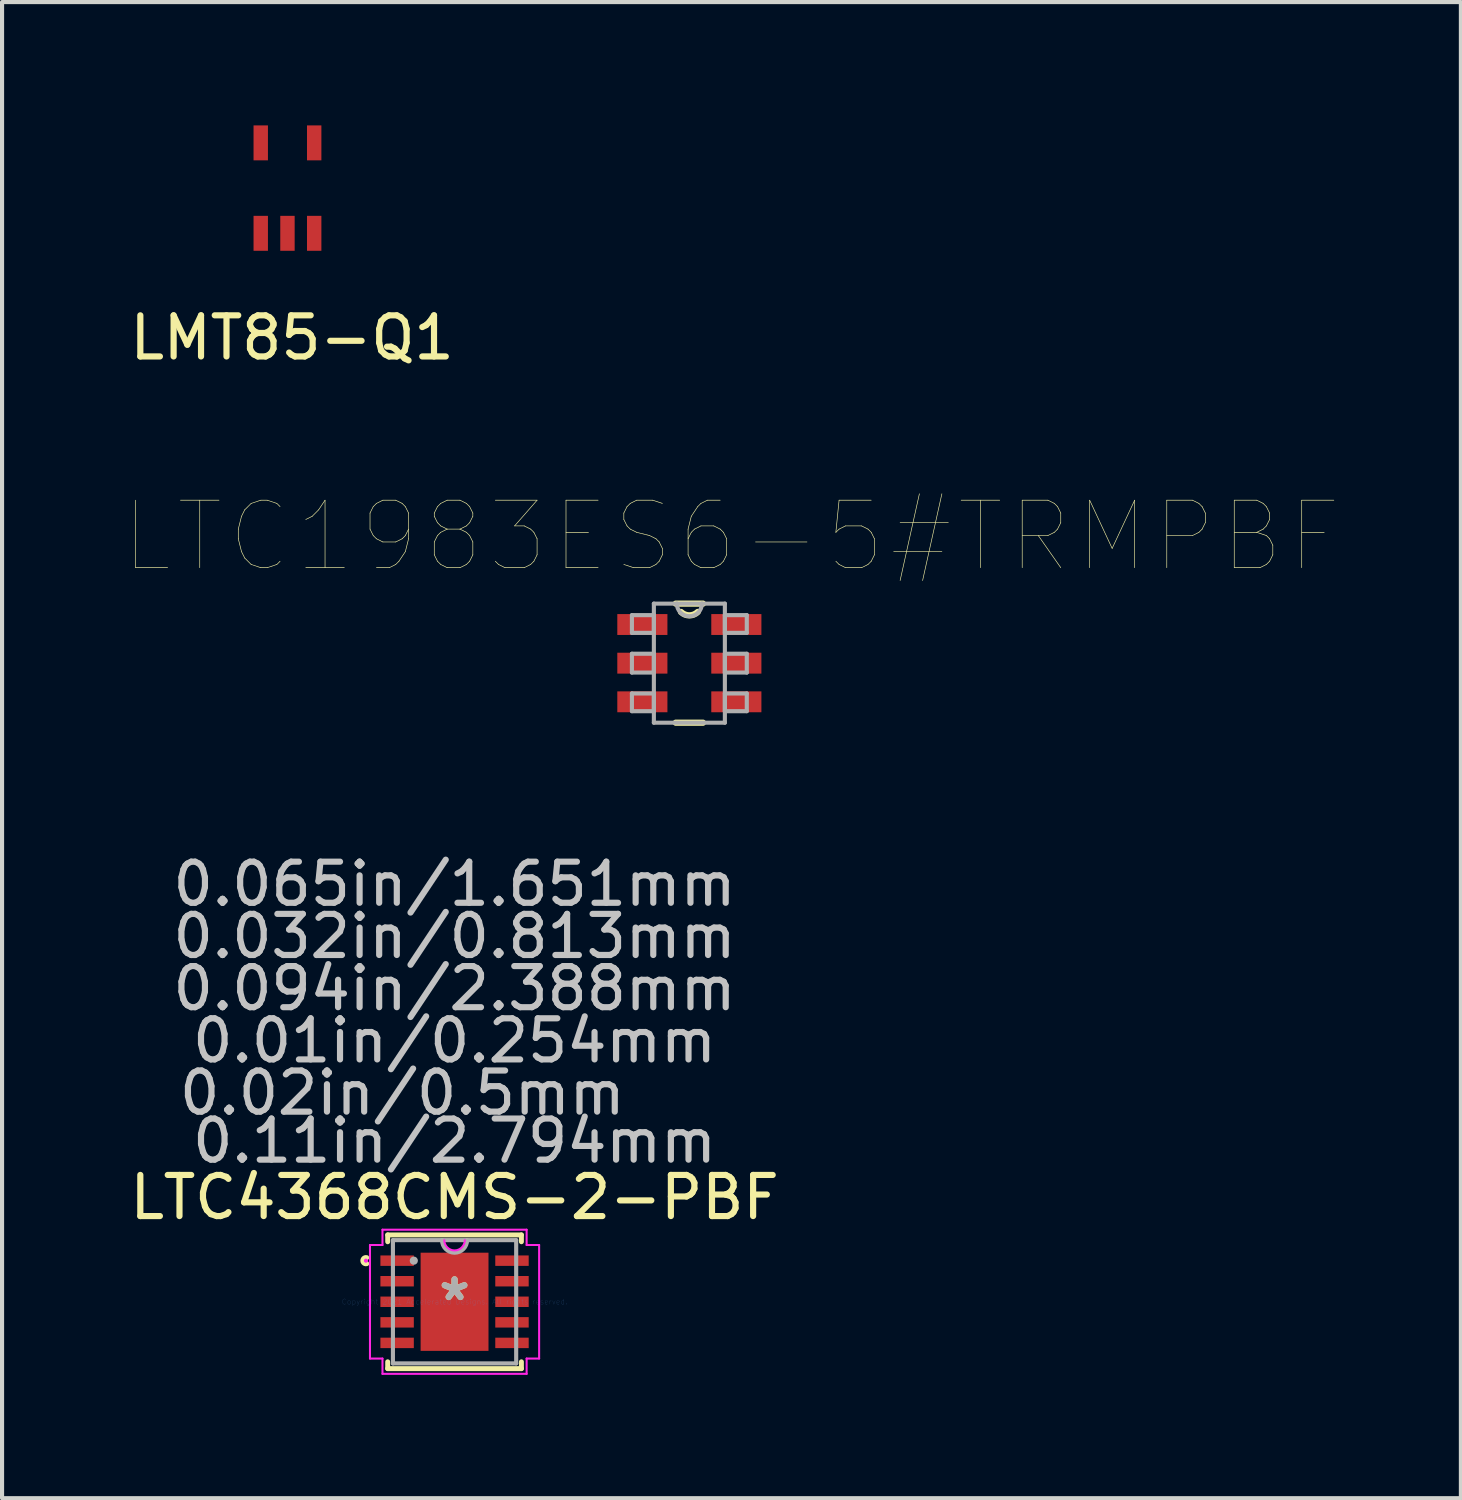
<source format=kicad_pcb>
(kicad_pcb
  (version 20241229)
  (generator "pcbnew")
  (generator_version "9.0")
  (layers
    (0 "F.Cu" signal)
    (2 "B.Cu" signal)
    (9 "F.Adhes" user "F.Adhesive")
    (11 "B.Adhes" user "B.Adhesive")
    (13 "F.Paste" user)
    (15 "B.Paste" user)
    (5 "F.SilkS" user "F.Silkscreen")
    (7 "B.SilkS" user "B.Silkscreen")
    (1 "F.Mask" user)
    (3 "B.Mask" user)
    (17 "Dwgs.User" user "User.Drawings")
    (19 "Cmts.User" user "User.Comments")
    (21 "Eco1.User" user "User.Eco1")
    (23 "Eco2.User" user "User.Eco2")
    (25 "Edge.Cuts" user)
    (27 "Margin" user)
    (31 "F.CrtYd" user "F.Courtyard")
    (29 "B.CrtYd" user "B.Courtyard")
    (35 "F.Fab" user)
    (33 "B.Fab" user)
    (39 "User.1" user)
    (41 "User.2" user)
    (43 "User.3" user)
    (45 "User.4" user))
  (footprint "LTC4368CMS-2-PBF"
    (layer "F.Cu")
    (at 8.006 28.613)
    (property "Reference" "LTC4368CMS-2-PBF" (at 0 -2.54 0) (layer "F.SilkS") (effects (font (size 1 1) (thickness 0.15))))
    (attr through_hole)
    (fp_line (start -1.626 -1.626) (end -1.626 -1.46) (stroke (width 0.12) (type solid)) (layer "F.SilkS"))
    (fp_line (start -1.626 1.46) (end -1.626 1.626) (stroke (width 0.12) (type solid)) (layer "F.SilkS"))
    (fp_line (start -1.626 1.626) (end 1.626 1.626) (stroke (width 0.12) (type solid)) (layer "F.SilkS"))
    (fp_line (start 1.626 -1.626) (end -1.626 -1.626) (stroke (width 0.12) (type solid)) (layer "F.SilkS"))
    (fp_line (start 1.626 -1.46) (end 1.626 -1.626) (stroke (width 0.12) (type solid)) (layer "F.SilkS"))
    (fp_line (start 1.626 1.626) (end 1.626 1.46) (stroke (width 0.12) (type solid)) (layer "F.SilkS"))
    (fp_arc (start -2.13614 -0.926171) (mid -2.2312 -1) (end -2.13614 -1.073829) (stroke (width 0.12) (type solid)) (layer "F.SilkS"))
    (fp_line (start -2.057 -1.381) (end -1.753 -1.381) (stroke (width 0.05) (type solid)) (layer "F.CrtYd"))
    (fp_line (start -2.057 1.381) (end -2.057 -1.381) (stroke (width 0.05) (type solid)) (layer "F.CrtYd"))
    (fp_line (start -1.753 -1.753) (end 1.753 -1.753) (stroke (width 0.05) (type solid)) (layer "F.CrtYd"))
    (fp_line (start -1.753 -1.381) (end -1.753 -1.753) (stroke (width 0.05) (type solid)) (layer "F.CrtYd"))
    (fp_line (start -1.753 1.381) (end -2.057 1.381) (stroke (width 0.05) (type solid)) (layer "F.CrtYd"))
    (fp_line (start -1.753 1.753) (end -1.753 1.381) (stroke (width 0.05) (type solid)) (layer "F.CrtYd"))
    (fp_line (start 1.753 -1.753) (end 1.753 -1.381) (stroke (width 0.05) (type solid)) (layer "F.CrtYd"))
    (fp_line (start 1.753 -1.381) (end 2.057 -1.381) (stroke (width 0.05) (type solid)) (layer "F.CrtYd"))
    (fp_line (start 1.753 1.381) (end 1.753 1.753) (stroke (width 0.05) (type solid)) (layer "F.CrtYd"))
    (fp_line (start 1.753 1.753) (end -1.753 1.753) (stroke (width 0.05) (type solid)) (layer "F.CrtYd"))
    (fp_line (start 2.057 -1.381) (end 2.057 1.381) (stroke (width 0.05) (type solid)) (layer "F.CrtYd"))
    (fp_line (start 2.057 1.381) (end 1.753 1.381) (stroke (width 0.05) (type solid)) (layer "F.CrtYd"))
    (fp_arc (start 0.249767 -1.4986) (mid 0 -1.248833) (end -0.249767 -1.4986) (stroke (width 0.05) (type solid)) (layer "F.CrtYd"))
    (fp_circle (center -2.155 -1) (end -2.155 -1) (stroke (width 0.05) (type solid)) (fill no) (layer "F.CrtYd"))
    (fp_line (start -1.499 -1.499) (end -1.499 1.499) (stroke (width 0.1) (type solid)) (layer "F.Fab"))
    (fp_line (start -1.499 1.499) (end 1.499 1.499) (stroke (width 0.1) (type solid)) (layer "F.Fab"))
    (fp_line (start 1.499 -1.499) (end -1.499 -1.499) (stroke (width 0.1) (type solid)) (layer "F.Fab"))
    (fp_line (start 1.499 1.499) (end 1.499 -1.499) (stroke (width 0.1) (type solid)) (layer "F.Fab"))
    (fp_arc (start 0.3048 -1.4986) (mid 0 -1.1938) (end -0.3048 -1.4986) (stroke (width 0.1) (type solid)) (layer "F.Fab"))
    (fp_circle (center -0.991 -1) (end -0.991 -1) (stroke (width 0.1) (type solid)) (fill no) (layer "F.Fab"))
    (fp_text user "*" (at 0 0 0) (layer "F.SilkS") (effects (font (size 1 1) (thickness 0.15))))
    (fp_text user "0.11in/2.794mm" (at 0 -3.912 0) (layer "Dwgs.User") (effects (font (size 1 1) (thickness 0.15))))
    (fp_text user "0.02in/0.5mm" (at -1.27 -5.08 0) (layer "Dwgs.User") (effects (font (size 1 1) (thickness 0.15))))
    (fp_text user "0.01in/0.254mm" (at 0 -6.35 0) (layer "Dwgs.User") (effects (font (size 1 1) (thickness 0.15))))
    (fp_text user "0.065in/1.651mm" (at 0 -10.16 0) (layer "Dwgs.User") (effects (font (size 1 1) (thickness 0.15))))
    (fp_text user "0.032in/0.813mm" (at 0 -8.89 0) (layer "Dwgs.User") (effects (font (size 1 1) (thickness 0.15))))
    (fp_text user "0.094in/2.388mm" (at 0 -7.62 0) (layer "Dwgs.User") (effects (font (size 1 1) (thickness 0.15))))
    (fp_text user "Copyright 2021 Accelerated Designs. All rights reserved." (at 0 0 0) (layer "Cmts.User") (effects (font (size 0.127 0.127) (thickness 0.002))))
    (fp_text user "*" (at 0 0 0) (layer "F.Fab") (effects (font (size 1 1) (thickness 0.15))))
    (pad "1" smd rect (at -1.397 -1) (size 0.813 0.254) (layers "F.Cu" "F.Mask" "F.Paste"))
    (pad "2" smd rect (at -1.397 -0.5) (size 0.813 0.254) (layers "F.Cu" "F.Mask" "F.Paste"))
    (pad "3" smd rect (at -1.397 0) (size 0.813 0.254) (layers "F.Cu" "F.Mask" "F.Paste"))
    (pad "4" smd rect (at -1.397 0.5) (size 0.813 0.254) (layers "F.Cu" "F.Mask" "F.Paste"))
    (pad "5" smd rect (at -1.397 1) (size 0.813 0.254) (layers "F.Cu" "F.Mask" "F.Paste"))
    (pad "6" smd rect (at 1.397 1) (size 0.813 0.254) (layers "F.Cu" "F.Mask" "F.Paste"))
    (pad "7" smd rect (at 1.397 0.5) (size 0.813 0.254) (layers "F.Cu" "F.Mask" "F.Paste"))
    (pad "8" smd rect (at 1.397 0) (size 0.813 0.254) (layers "F.Cu" "F.Mask" "F.Paste"))
    (pad "9" smd rect (at 1.397 -0.5) (size 0.813 0.254) (layers "F.Cu" "F.Mask" "F.Paste"))
    (pad "10" smd rect (at 1.397 -1) (size 0.813 0.254) (layers "F.Cu" "F.Mask" "F.Paste"))
    (pad "11" smd rect (at 0 0) (size 1.651 2.388) (layers "F.Cu" "F.Mask" "F.Paste")))
  (footprint "LMT85-Q1"
    (layer "F.Cu")
    (at 3.292 2.625)
    (property "Reference" "LMT85-Q1" (at 0.762 2.54 0) (layer "F.SilkS") (effects (font (size 1 1) (thickness 0.15))))
    (attr through_hole)
    (pad "1" smd rect (at 0 -2.2) (size 0.35 0.85) (layers "F.Cu" "F.Mask" "F.Paste"))
    (pad "1" smd rect (at 0 0) (size 0.35 0.85) (layers "F.Cu" "F.Mask" "F.Paste"))
    (pad "1" smd rect (at 0.65 0) (size 0.35 0.85) (layers "F.Cu" "F.Mask" "F.Paste"))
    (pad "1" smd rect (at 1.3 -2.2) (size 0.35 0.85) (layers "F.Cu" "F.Mask" "F.Paste"))
    (pad "1" smd rect (at 1.3 0) (size 0.35 0.85) (layers "F.Cu" "F.Mask" "F.Paste")))
  (footprint "LTC1983ES6-5#TRMPBF"
    (layer "F.Cu")
    (at 13.725 13.047)
    (property "Reference" "LTC1983ES6-5#TRMPBF" (at 1.016 -3.048 0) (layer "F.SilkS") (effects (font (size 1.641 1.641) (thickness 0.015))))
    (attr through_hole)
    (fp_line (start -0.338 1.481) (end 0.323 1.481) (stroke (width 0.152) (type solid)) (layer "F.SilkS"))
    (fp_line (start 0.323 -1.415) (end -0.338 -1.415) (stroke (width 0.152) (type solid)) (layer "F.SilkS"))
    (fp_arc (start 0.19558 -1.21158) (mid -0.00762 -1.129482) (end -0.21082 -1.21158) (stroke (width 0.1524) (type solid)) (layer "F.SilkS"))
    (fp_line (start -1.405 -1.135) (end -1.405 -0.704) (stroke (width 0.1) (type solid)) (layer "F.Fab"))
    (fp_line (start -1.405 -0.704) (end -0.871 -0.704) (stroke (width 0.1) (type solid)) (layer "F.Fab"))
    (fp_line (start -1.405 -0.196) (end -1.405 0.262) (stroke (width 0.1) (type solid)) (layer "F.Fab"))
    (fp_line (start -1.405 0.262) (end -0.871 0.262) (stroke (width 0.1) (type solid)) (layer "F.Fab"))
    (fp_line (start -1.405 0.77) (end -1.405 1.201) (stroke (width 0.1) (type solid)) (layer "F.Fab"))
    (fp_line (start -1.405 1.201) (end -0.871 1.201) (stroke (width 0.1) (type solid)) (layer "F.Fab"))
    (fp_line (start -0.871 -1.415) (end -0.871 1.481) (stroke (width 0.1) (type solid)) (layer "F.Fab"))
    (fp_line (start -0.871 -1.135) (end -1.405 -1.135) (stroke (width 0.1) (type solid)) (layer "F.Fab"))
    (fp_line (start -0.871 -0.704) (end -0.871 -1.135) (stroke (width 0.1) (type solid)) (layer "F.Fab"))
    (fp_line (start -0.871 -0.196) (end -1.405 -0.196) (stroke (width 0.1) (type solid)) (layer "F.Fab"))
    (fp_line (start -0.871 0.262) (end -0.871 -0.196) (stroke (width 0.1) (type solid)) (layer "F.Fab"))
    (fp_line (start -0.871 0.77) (end -1.405 0.77) (stroke (width 0.1) (type solid)) (layer "F.Fab"))
    (fp_line (start -0.871 1.201) (end -0.871 0.77) (stroke (width 0.1) (type solid)) (layer "F.Fab"))
    (fp_line (start -0.871 1.481) (end 0.856 1.481) (stroke (width 0.1) (type solid)) (layer "F.Fab"))
    (fp_line (start -0.312 -1.415) (end -0.871 -1.415) (stroke (width 0.1) (type solid)) (layer "F.Fab"))
    (fp_line (start 0.297 -1.415) (end -0.312 -1.415) (stroke (width 0.1) (type solid)) (layer "F.Fab"))
    (fp_line (start 0.856 -1.415) (end 0.297 -1.415) (stroke (width 0.1) (type solid)) (layer "F.Fab"))
    (fp_line (start 0.856 -1.135) (end 0.856 -0.704) (stroke (width 0.1) (type solid)) (layer "F.Fab"))
    (fp_line (start 0.856 -0.704) (end 1.389 -0.704) (stroke (width 0.1) (type solid)) (layer "F.Fab"))
    (fp_line (start 0.856 -0.196) (end 0.856 0.262) (stroke (width 0.1) (type solid)) (layer "F.Fab"))
    (fp_line (start 0.856 0.262) (end 1.389 0.262) (stroke (width 0.1) (type solid)) (layer "F.Fab"))
    (fp_line (start 0.856 0.77) (end 0.856 1.201) (stroke (width 0.1) (type solid)) (layer "F.Fab"))
    (fp_line (start 0.856 1.201) (end 1.389 1.201) (stroke (width 0.1) (type solid)) (layer "F.Fab"))
    (fp_line (start 0.856 1.481) (end 0.856 -1.415) (stroke (width 0.1) (type solid)) (layer "F.Fab"))
    (fp_line (start 1.389 -1.135) (end 0.856 -1.135) (stroke (width 0.1) (type solid)) (layer "F.Fab"))
    (fp_line (start 1.389 -0.704) (end 1.389 -1.135) (stroke (width 0.1) (type solid)) (layer "F.Fab"))
    (fp_line (start 1.389 -0.196) (end 0.856 -0.196) (stroke (width 0.1) (type solid)) (layer "F.Fab"))
    (fp_line (start 1.389 0.262) (end 1.389 -0.196) (stroke (width 0.1) (type solid)) (layer "F.Fab"))
    (fp_line (start 1.389 0.77) (end 0.856 0.77) (stroke (width 0.1) (type solid)) (layer "F.Fab"))
    (fp_line (start 1.389 1.201) (end 1.389 0.77) (stroke (width 0.1) (type solid)) (layer "F.Fab"))
    (fp_arc (start 0.29718 -1.41478) (mid -0.00762 -1.10998) (end -0.31242 -1.41478) (stroke (width 0.1) (type solid)) (layer "F.Fab"))
    (pad "1" smd rect (at -1.151 -0.907) (size 1.219 0.508) (layers "F.Cu" "F.Mask" "F.Paste"))
    (pad "2" smd rect (at -1.151 0.033) (size 1.219 0.508) (layers "F.Cu" "F.Mask" "F.Paste"))
    (pad "3" smd rect (at -1.151 0.973) (size 1.219 0.508) (layers "F.Cu" "F.Mask" "F.Paste"))
    (pad "4" smd rect (at 1.135 0.973) (size 1.219 0.508) (layers "F.Cu" "F.Mask" "F.Paste"))
    (pad "5" smd rect (at 1.135 0.033) (size 1.219 0.508) (layers "F.Cu" "F.Mask" "F.Paste"))
    (pad "6" smd rect (at 1.135 -0.907) (size 1.219 0.508) (layers "F.Cu" "F.Mask" "F.Paste")))
  (gr_rect
    (start -3 -3)
    (end 32.483 33.39)
    (stroke (width 0.1) (type default))
    (fill no)
    (layer "Edge.Cuts")))
</source>
